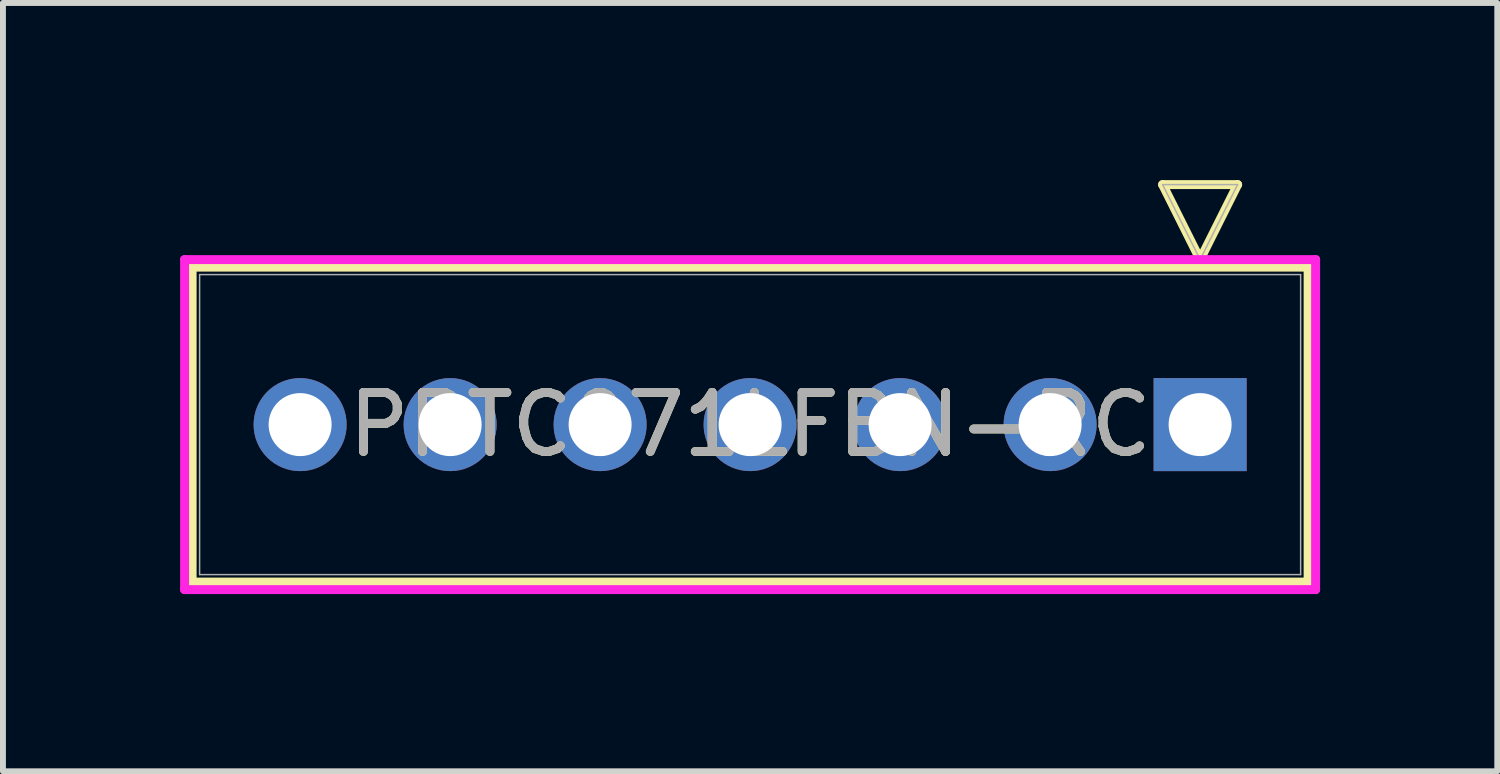
<source format=kicad_pcb>
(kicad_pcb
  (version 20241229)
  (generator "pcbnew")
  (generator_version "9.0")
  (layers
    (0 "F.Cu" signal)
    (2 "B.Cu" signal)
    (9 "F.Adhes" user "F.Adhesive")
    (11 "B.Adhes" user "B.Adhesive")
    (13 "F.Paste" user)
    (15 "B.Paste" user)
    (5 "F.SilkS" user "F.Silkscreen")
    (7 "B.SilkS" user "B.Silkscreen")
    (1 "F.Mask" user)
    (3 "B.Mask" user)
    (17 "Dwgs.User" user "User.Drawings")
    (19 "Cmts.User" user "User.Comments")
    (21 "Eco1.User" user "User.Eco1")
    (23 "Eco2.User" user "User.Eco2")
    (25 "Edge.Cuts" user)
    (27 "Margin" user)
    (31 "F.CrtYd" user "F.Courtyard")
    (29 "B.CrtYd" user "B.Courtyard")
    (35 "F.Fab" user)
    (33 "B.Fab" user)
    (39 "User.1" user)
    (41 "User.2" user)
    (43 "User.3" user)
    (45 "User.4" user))
  (footprint "PPTC071LFBN-RC"
    (layer "F.Cu")
    (at 17.272 4.14)
    (property "Reference" "PPTC071LFBN-RC" (at -7.62 0 0) (unlocked yes) (layer "F.SilkS") (effects (font (size 1 1) (thickness 0.15))))
    (attr through_hole)
    (fp_line (start -17.069 -2.667) (end -17.069 2.667) (stroke (width 0.152) (type solid)) (layer "F.SilkS"))
    (fp_line (start -17.069 2.667) (end 1.829 2.667) (stroke (width 0.152) (type solid)) (layer "F.SilkS"))
    (fp_line (start -0.635 -4.064) (end 0.635 -4.064) (stroke (width 0.152) (type solid)) (layer "F.SilkS"))
    (fp_line (start 0 -2.794) (end -0.635 -4.064) (stroke (width 0.152) (type solid)) (layer "F.SilkS"))
    (fp_line (start 0.635 -4.064) (end 0 -2.794) (stroke (width 0.152) (type solid)) (layer "F.SilkS"))
    (fp_line (start 1.829 -2.667) (end -17.069 -2.667) (stroke (width 0.152) (type solid)) (layer "F.SilkS"))
    (fp_line (start 1.829 2.667) (end 1.829 -2.667) (stroke (width 0.152) (type solid)) (layer "F.SilkS"))
    (fp_line (start -17.196 -2.794) (end -17.196 2.794) (stroke (width 0.152) (type solid)) (layer "F.CrtYd"))
    (fp_line (start -17.196 2.794) (end 1.956 2.794) (stroke (width 0.152) (type solid)) (layer "F.CrtYd"))
    (fp_line (start 1.956 -2.794) (end -17.196 -2.794) (stroke (width 0.152) (type solid)) (layer "F.CrtYd"))
    (fp_line (start 1.956 2.794) (end 1.956 -2.794) (stroke (width 0.152) (type solid)) (layer "F.CrtYd"))
    (fp_line (start -16.942 -2.54) (end -16.942 2.54) (stroke (width 0.025) (type solid)) (layer "F.Fab"))
    (fp_line (start -16.942 2.54) (end 1.702 2.54) (stroke (width 0.025) (type solid)) (layer "F.Fab"))
    (fp_line (start -0.635 -4.064) (end 0.635 -4.064) (stroke (width 0.025) (type solid)) (layer "F.Fab"))
    (fp_line (start 0 -2.794) (end -0.635 -4.064) (stroke (width 0.025) (type solid)) (layer "F.Fab"))
    (fp_line (start 0.635 -4.064) (end 0 -2.794) (stroke (width 0.025) (type solid)) (layer "F.Fab"))
    (fp_line (start 1.702 -2.54) (end -16.942 -2.54) (stroke (width 0.025) (type solid)) (layer "F.Fab"))
    (fp_line (start 1.702 2.54) (end 1.702 -2.54) (stroke (width 0.025) (type solid)) (layer "F.Fab"))
    (fp_text user "${REFERENCE}" (at -7.62 0 0) (unlocked yes) (layer "F.Fab") (effects (font (size 1 1) (thickness 0.15))))
    (pad "1" thru_hole rect (at 0 0) (size 1.575 1.575) (drill 1.067) (layers "*.Cu" "*.Mask"))
    (pad "2" thru_hole circle (at -2.54 0) (size 1.575 1.575) (drill 1.067) (layers "*.Cu" "*.Mask"))
    (pad "3" thru_hole circle (at -5.08 0) (size 1.575 1.575) (drill 1.067) (layers "*.Cu" "*.Mask"))
    (pad "4" thru_hole circle (at -7.62 0) (size 1.575 1.575) (drill 1.067) (layers "*.Cu" "*.Mask"))
    (pad "5" thru_hole circle (at -10.16 0) (size 1.575 1.575) (drill 1.067) (layers "*.Cu" "*.Mask"))
    (pad "6" thru_hole circle (at -12.7 0) (size 1.575 1.575) (drill 1.067) (layers "*.Cu" "*.Mask"))
    (pad "7" thru_hole circle (at -15.24 0) (size 1.575 1.575) (drill 1.067) (layers "*.Cu" "*.Mask")))
  (gr_rect
    (start -3 -3)
    (end 22.304 10.01)
    (stroke (width 0.1) (type default))
    (fill no)
    (layer "Edge.Cuts")))
</source>
